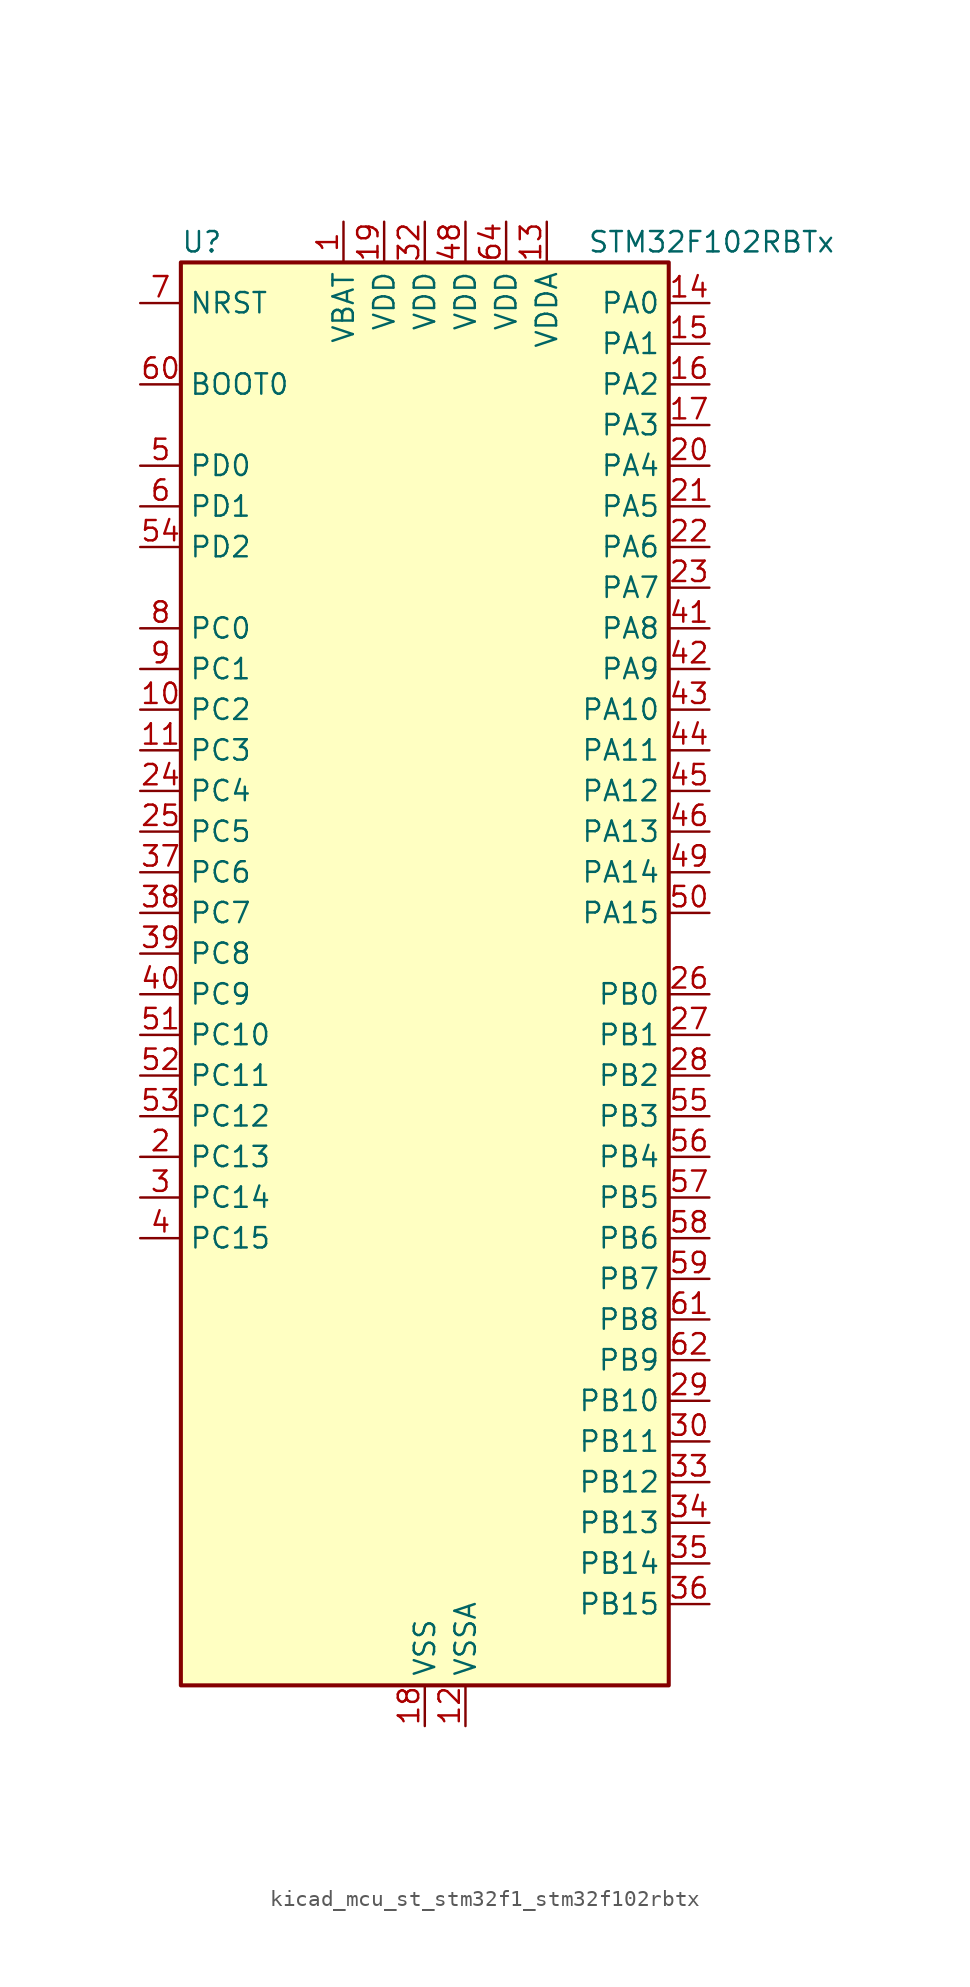
<source format=kicad_sym>
(kicad_symbol_lib
  (version 20220914)
  (generator kicad_symbol_editor)
  (symbol "kicad_mcu_st_stm32f1_stm32f102rbtx"
    (property "Reference" "U"
      (at -15.24 46.99 0)
      (effects (font (size 1.27 1.27)) (justify left)))
    (property "Value" "STM32F102RBTx"
      (at 10.16 46.99 0)
      (effects (font (size 1.27 1.27)) (justify left)))
    (property "ki_locked" ""
      (at 0 0 0)
      (effects (font (size 1.27 1.27))))
    (symbol "kicad_mcu_st_stm32f1_stm32f102rbtx_0_1"
      (rectangle (start -15.24 -43.18) (end 15.24 45.72) (stroke (width 0.254) (type default)) (fill (type background))))
    (symbol "kicad_mcu_st_stm32f1_stm32f102rbtx_1_1"
      (pin power_in line (at -5.08 48.26 270) (length 2.54) (name "VBAT" (effects (font (size 1.27 1.27)))) (number "1" (effects (font (size 1.27 1.27)))))
      (pin bidirectional line (at -17.78 17.78 0) (length 2.54) (name "PC2" (effects (font (size 1.27 1.27)))) (number "10" (effects (font (size 1.27 1.27)))) (alternate "ADC1_IN12" bidirectional line))
      (pin bidirectional line (at -17.78 15.24 0) (length 2.54) (name "PC3" (effects (font (size 1.27 1.27)))) (number "11" (effects (font (size 1.27 1.27)))) (alternate "ADC1_IN13" bidirectional line))
      (pin power_in line (at 2.54 -45.72 90) (length 2.54) (name "VSSA" (effects (font (size 1.27 1.27)))) (number "12" (effects (font (size 1.27 1.27)))))
      (pin power_in line (at 7.62 48.26 270) (length 2.54) (name "VDDA" (effects (font (size 1.27 1.27)))) (number "13" (effects (font (size 1.27 1.27)))))
      (pin bidirectional line (at 17.78 43.18 180) (length 2.54) (name "PA0" (effects (font (size 1.27 1.27)))) (number "14" (effects (font (size 1.27 1.27)))) (alternate "ADC1_IN0" bidirectional line) (alternate "SYS_WKUP" bidirectional line) (alternate "TIM2_CH1" bidirectional line) (alternate "TIM2_ETR" bidirectional line) (alternate "USART2_CTS" bidirectional line))
      (pin bidirectional line (at 17.78 40.64 180) (length 2.54) (name "PA1" (effects (font (size 1.27 1.27)))) (number "15" (effects (font (size 1.27 1.27)))) (alternate "ADC1_IN1" bidirectional line) (alternate "TIM2_CH2" bidirectional line) (alternate "USART2_RTS" bidirectional line))
      (pin bidirectional line (at 17.78 38.1 180) (length 2.54) (name "PA2" (effects (font (size 1.27 1.27)))) (number "16" (effects (font (size 1.27 1.27)))) (alternate "ADC1_IN2" bidirectional line) (alternate "TIM2_CH3" bidirectional line) (alternate "USART2_TX" bidirectional line))
      (pin bidirectional line (at 17.78 35.56 180) (length 2.54) (name "PA3" (effects (font (size 1.27 1.27)))) (number "17" (effects (font (size 1.27 1.27)))) (alternate "ADC1_IN3" bidirectional line) (alternate "TIM2_CH4" bidirectional line) (alternate "USART2_RX" bidirectional line))
      (pin power_in line (at 0 -45.72 90) (length 2.54) (name "VSS" (effects (font (size 1.27 1.27)))) (number "18" (effects (font (size 1.27 1.27)))))
      (pin power_in line (at -2.54 48.26 270) (length 2.54) (name "VDD" (effects (font (size 1.27 1.27)))) (number "19" (effects (font (size 1.27 1.27)))))
      (pin bidirectional line (at -17.78 -10.16 0) (length 2.54) (name "PC13" (effects (font (size 1.27 1.27)))) (number "2" (effects (font (size 1.27 1.27)))) (alternate "RTC_OUT" bidirectional line) (alternate "RTC_TAMPER" bidirectional line))
      (pin bidirectional line (at 17.78 33.02 180) (length 2.54) (name "PA4" (effects (font (size 1.27 1.27)))) (number "20" (effects (font (size 1.27 1.27)))) (alternate "ADC1_IN4" bidirectional line) (alternate "SPI1_NSS" bidirectional line) (alternate "USART2_CK" bidirectional line))
      (pin bidirectional line (at 17.78 30.48 180) (length 2.54) (name "PA5" (effects (font (size 1.27 1.27)))) (number "21" (effects (font (size 1.27 1.27)))) (alternate "ADC1_IN5" bidirectional line) (alternate "SPI1_SCK" bidirectional line))
      (pin bidirectional line (at 17.78 27.94 180) (length 2.54) (name "PA6" (effects (font (size 1.27 1.27)))) (number "22" (effects (font (size 1.27 1.27)))) (alternate "ADC1_IN6" bidirectional line) (alternate "SPI1_MISO" bidirectional line) (alternate "TIM3_CH1" bidirectional line))
      (pin bidirectional line (at 17.78 25.4 180) (length 2.54) (name "PA7" (effects (font (size 1.27 1.27)))) (number "23" (effects (font (size 1.27 1.27)))) (alternate "ADC1_IN7" bidirectional line) (alternate "SPI1_MOSI" bidirectional line) (alternate "TIM3_CH2" bidirectional line))
      (pin bidirectional line (at -17.78 12.7 0) (length 2.54) (name "PC4" (effects (font (size 1.27 1.27)))) (number "24" (effects (font (size 1.27 1.27)))) (alternate "ADC1_IN14" bidirectional line))
      (pin bidirectional line (at -17.78 10.16 0) (length 2.54) (name "PC5" (effects (font (size 1.27 1.27)))) (number "25" (effects (font (size 1.27 1.27)))) (alternate "ADC1_IN15" bidirectional line))
      (pin bidirectional line (at 17.78 0 180) (length 2.54) (name "PB0" (effects (font (size 1.27 1.27)))) (number "26" (effects (font (size 1.27 1.27)))) (alternate "ADC1_IN8" bidirectional line) (alternate "TIM3_CH3" bidirectional line))
      (pin bidirectional line (at 17.78 -2.54 180) (length 2.54) (name "PB1" (effects (font (size 1.27 1.27)))) (number "27" (effects (font (size 1.27 1.27)))) (alternate "ADC1_IN9" bidirectional line) (alternate "TIM3_CH4" bidirectional line))
      (pin bidirectional line (at 17.78 -5.08 180) (length 2.54) (name "PB2" (effects (font (size 1.27 1.27)))) (number "28" (effects (font (size 1.27 1.27)))))
      (pin bidirectional line (at 17.78 -25.4 180) (length 2.54) (name "PB10" (effects (font (size 1.27 1.27)))) (number "29" (effects (font (size 1.27 1.27)))) (alternate "I2C2_SCL" bidirectional line) (alternate "TIM2_CH3" bidirectional line) (alternate "USART3_TX" bidirectional line))
      (pin bidirectional line (at -17.78 -12.7 0) (length 2.54) (name "PC14" (effects (font (size 1.27 1.27)))) (number "3" (effects (font (size 1.27 1.27)))) (alternate "RCC_OSC32_IN" bidirectional line))
      (pin bidirectional line (at 17.78 -27.94 180) (length 2.54) (name "PB11" (effects (font (size 1.27 1.27)))) (number "30" (effects (font (size 1.27 1.27)))) (alternate "ADC1_EXTI11" bidirectional line) (alternate "I2C2_SDA" bidirectional line) (alternate "TIM2_CH4" bidirectional line) (alternate "USART3_RX" bidirectional line))
      (pin passive line (at 0 -45.72 90) (length 2.54) hide (name "VSS" (effects (font (size 1.27 1.27)))) (number "31" (effects (font (size 1.27 1.27)))))
      (pin power_in line (at 0 48.26 270) (length 2.54) (name "VDD" (effects (font (size 1.27 1.27)))) (number "32" (effects (font (size 1.27 1.27)))))
      (pin bidirectional line (at 17.78 -30.48 180) (length 2.54) (name "PB12" (effects (font (size 1.27 1.27)))) (number "33" (effects (font (size 1.27 1.27)))) (alternate "I2C2_SMBA" bidirectional line) (alternate "SPI2_NSS" bidirectional line) (alternate "USART3_CK" bidirectional line))
      (pin bidirectional line (at 17.78 -33.02 180) (length 2.54) (name "PB13" (effects (font (size 1.27 1.27)))) (number "34" (effects (font (size 1.27 1.27)))) (alternate "SPI2_SCK" bidirectional line) (alternate "USART3_CTS" bidirectional line))
      (pin bidirectional line (at 17.78 -35.56 180) (length 2.54) (name "PB14" (effects (font (size 1.27 1.27)))) (number "35" (effects (font (size 1.27 1.27)))) (alternate "SPI2_MISO" bidirectional line) (alternate "USART3_RTS" bidirectional line))
      (pin bidirectional line (at 17.78 -38.1 180) (length 2.54) (name "PB15" (effects (font (size 1.27 1.27)))) (number "36" (effects (font (size 1.27 1.27)))) (alternate "ADC1_EXTI15" bidirectional line) (alternate "SPI2_MOSI" bidirectional line))
      (pin bidirectional line (at -17.78 7.62 0) (length 2.54) (name "PC6" (effects (font (size 1.27 1.27)))) (number "37" (effects (font (size 1.27 1.27)))) (alternate "TIM3_CH1" bidirectional line))
      (pin bidirectional line (at -17.78 5.08 0) (length 2.54) (name "PC7" (effects (font (size 1.27 1.27)))) (number "38" (effects (font (size 1.27 1.27)))) (alternate "TIM3_CH2" bidirectional line))
      (pin bidirectional line (at -17.78 2.54 0) (length 2.54) (name "PC8" (effects (font (size 1.27 1.27)))) (number "39" (effects (font (size 1.27 1.27)))) (alternate "TIM3_CH3" bidirectional line))
      (pin bidirectional line (at -17.78 -15.24 0) (length 2.54) (name "PC15" (effects (font (size 1.27 1.27)))) (number "4" (effects (font (size 1.27 1.27)))) (alternate "ADC1_EXTI15" bidirectional line) (alternate "RCC_OSC32_OUT" bidirectional line))
      (pin bidirectional line (at -17.78 0 0) (length 2.54) (name "PC9" (effects (font (size 1.27 1.27)))) (number "40" (effects (font (size 1.27 1.27)))) (alternate "TIM3_CH4" bidirectional line))
      (pin bidirectional line (at 17.78 22.86 180) (length 2.54) (name "PA8" (effects (font (size 1.27 1.27)))) (number "41" (effects (font (size 1.27 1.27)))) (alternate "RCC_MCO" bidirectional line) (alternate "USART1_CK" bidirectional line))
      (pin bidirectional line (at 17.78 20.32 180) (length 2.54) (name "PA9" (effects (font (size 1.27 1.27)))) (number "42" (effects (font (size 1.27 1.27)))) (alternate "USART1_TX" bidirectional line))
      (pin bidirectional line (at 17.78 17.78 180) (length 2.54) (name "PA10" (effects (font (size 1.27 1.27)))) (number "43" (effects (font (size 1.27 1.27)))) (alternate "USART1_RX" bidirectional line))
      (pin bidirectional line (at 17.78 15.24 180) (length 2.54) (name "PA11" (effects (font (size 1.27 1.27)))) (number "44" (effects (font (size 1.27 1.27)))) (alternate "ADC1_EXTI11" bidirectional line) (alternate "USART1_CTS" bidirectional line) (alternate "USB_DM" bidirectional line))
      (pin bidirectional line (at 17.78 12.7 180) (length 2.54) (name "PA12" (effects (font (size 1.27 1.27)))) (number "45" (effects (font (size 1.27 1.27)))) (alternate "USART1_RTS" bidirectional line) (alternate "USB_DP" bidirectional line))
      (pin bidirectional line (at 17.78 10.16 180) (length 2.54) (name "PA13" (effects (font (size 1.27 1.27)))) (number "46" (effects (font (size 1.27 1.27)))) (alternate "SYS_JTMS-SWDIO" bidirectional line))
      (pin passive line (at 0 -45.72 90) (length 2.54) hide (name "VSS" (effects (font (size 1.27 1.27)))) (number "47" (effects (font (size 1.27 1.27)))))
      (pin power_in line (at 2.54 48.26 270) (length 2.54) (name "VDD" (effects (font (size 1.27 1.27)))) (number "48" (effects (font (size 1.27 1.27)))))
      (pin bidirectional line (at 17.78 7.62 180) (length 2.54) (name "PA14" (effects (font (size 1.27 1.27)))) (number "49" (effects (font (size 1.27 1.27)))) (alternate "SYS_JTCK-SWCLK" bidirectional line))
      (pin bidirectional line (at -17.78 33.02 0) (length 2.54) (name "PD0" (effects (font (size 1.27 1.27)))) (number "5" (effects (font (size 1.27 1.27)))) (alternate "RCC_OSC_IN" bidirectional line))
      (pin bidirectional line (at 17.78 5.08 180) (length 2.54) (name "PA15" (effects (font (size 1.27 1.27)))) (number "50" (effects (font (size 1.27 1.27)))) (alternate "ADC1_EXTI15" bidirectional line) (alternate "SPI1_NSS" bidirectional line) (alternate "SYS_JTDI" bidirectional line) (alternate "TIM2_CH1" bidirectional line) (alternate "TIM2_ETR" bidirectional line))
      (pin bidirectional line (at -17.78 -2.54 0) (length 2.54) (name "PC10" (effects (font (size 1.27 1.27)))) (number "51" (effects (font (size 1.27 1.27)))) (alternate "USART3_TX" bidirectional line))
      (pin bidirectional line (at -17.78 -5.08 0) (length 2.54) (name "PC11" (effects (font (size 1.27 1.27)))) (number "52" (effects (font (size 1.27 1.27)))) (alternate "ADC1_EXTI11" bidirectional line) (alternate "USART3_RX" bidirectional line))
      (pin bidirectional line (at -17.78 -7.62 0) (length 2.54) (name "PC12" (effects (font (size 1.27 1.27)))) (number "53" (effects (font (size 1.27 1.27)))) (alternate "USART3_CK" bidirectional line))
      (pin bidirectional line (at -17.78 27.94 0) (length 2.54) (name "PD2" (effects (font (size 1.27 1.27)))) (number "54" (effects (font (size 1.27 1.27)))) (alternate "TIM3_ETR" bidirectional line))
      (pin bidirectional line (at 17.78 -7.62 180) (length 2.54) (name "PB3" (effects (font (size 1.27 1.27)))) (number "55" (effects (font (size 1.27 1.27)))) (alternate "SPI1_SCK" bidirectional line) (alternate "SYS_JTDO-TRACESWO" bidirectional line) (alternate "TIM2_CH2" bidirectional line))
      (pin bidirectional line (at 17.78 -10.16 180) (length 2.54) (name "PB4" (effects (font (size 1.27 1.27)))) (number "56" (effects (font (size 1.27 1.27)))) (alternate "SPI1_MISO" bidirectional line) (alternate "SYS_NJTRST" bidirectional line) (alternate "TIM3_CH1" bidirectional line))
      (pin bidirectional line (at 17.78 -12.7 180) (length 2.54) (name "PB5" (effects (font (size 1.27 1.27)))) (number "57" (effects (font (size 1.27 1.27)))) (alternate "I2C1_SMBA" bidirectional line) (alternate "SPI1_MOSI" bidirectional line) (alternate "TIM3_CH2" bidirectional line))
      (pin bidirectional line (at 17.78 -15.24 180) (length 2.54) (name "PB6" (effects (font (size 1.27 1.27)))) (number "58" (effects (font (size 1.27 1.27)))) (alternate "I2C1_SCL" bidirectional line) (alternate "TIM4_CH1" bidirectional line) (alternate "USART1_TX" bidirectional line))
      (pin bidirectional line (at 17.78 -17.78 180) (length 2.54) (name "PB7" (effects (font (size 1.27 1.27)))) (number "59" (effects (font (size 1.27 1.27)))) (alternate "I2C1_SDA" bidirectional line) (alternate "TIM4_CH2" bidirectional line) (alternate "USART1_RX" bidirectional line))
      (pin bidirectional line (at -17.78 30.48 0) (length 2.54) (name "PD1" (effects (font (size 1.27 1.27)))) (number "6" (effects (font (size 1.27 1.27)))) (alternate "RCC_OSC_OUT" bidirectional line))
      (pin input line (at -17.78 38.1 0) (length 2.54) (name "BOOT0" (effects (font (size 1.27 1.27)))) (number "60" (effects (font (size 1.27 1.27)))))
      (pin bidirectional line (at 17.78 -20.32 180) (length 2.54) (name "PB8" (effects (font (size 1.27 1.27)))) (number "61" (effects (font (size 1.27 1.27)))) (alternate "I2C1_SCL" bidirectional line) (alternate "TIM4_CH3" bidirectional line))
      (pin bidirectional line (at 17.78 -22.86 180) (length 2.54) (name "PB9" (effects (font (size 1.27 1.27)))) (number "62" (effects (font (size 1.27 1.27)))) (alternate "I2C1_SDA" bidirectional line) (alternate "TIM4_CH4" bidirectional line))
      (pin passive line (at 0 -45.72 90) (length 2.54) hide (name "VSS" (effects (font (size 1.27 1.27)))) (number "63" (effects (font (size 1.27 1.27)))))
      (pin power_in line (at 5.08 48.26 270) (length 2.54) (name "VDD" (effects (font (size 1.27 1.27)))) (number "64" (effects (font (size 1.27 1.27)))))
      (pin input line (at -17.78 43.18 0) (length 2.54) (name "NRST" (effects (font (size 1.27 1.27)))) (number "7" (effects (font (size 1.27 1.27)))))
      (pin bidirectional line (at -17.78 22.86 0) (length 2.54) (name "PC0" (effects (font (size 1.27 1.27)))) (number "8" (effects (font (size 1.27 1.27)))) (alternate "ADC1_IN10" bidirectional line))
      (pin bidirectional line (at -17.78 20.32 0) (length 2.54) (name "PC1" (effects (font (size 1.27 1.27)))) (number "9" (effects (font (size 1.27 1.27)))) (alternate "ADC1_IN11" bidirectional line)))))
</source>
